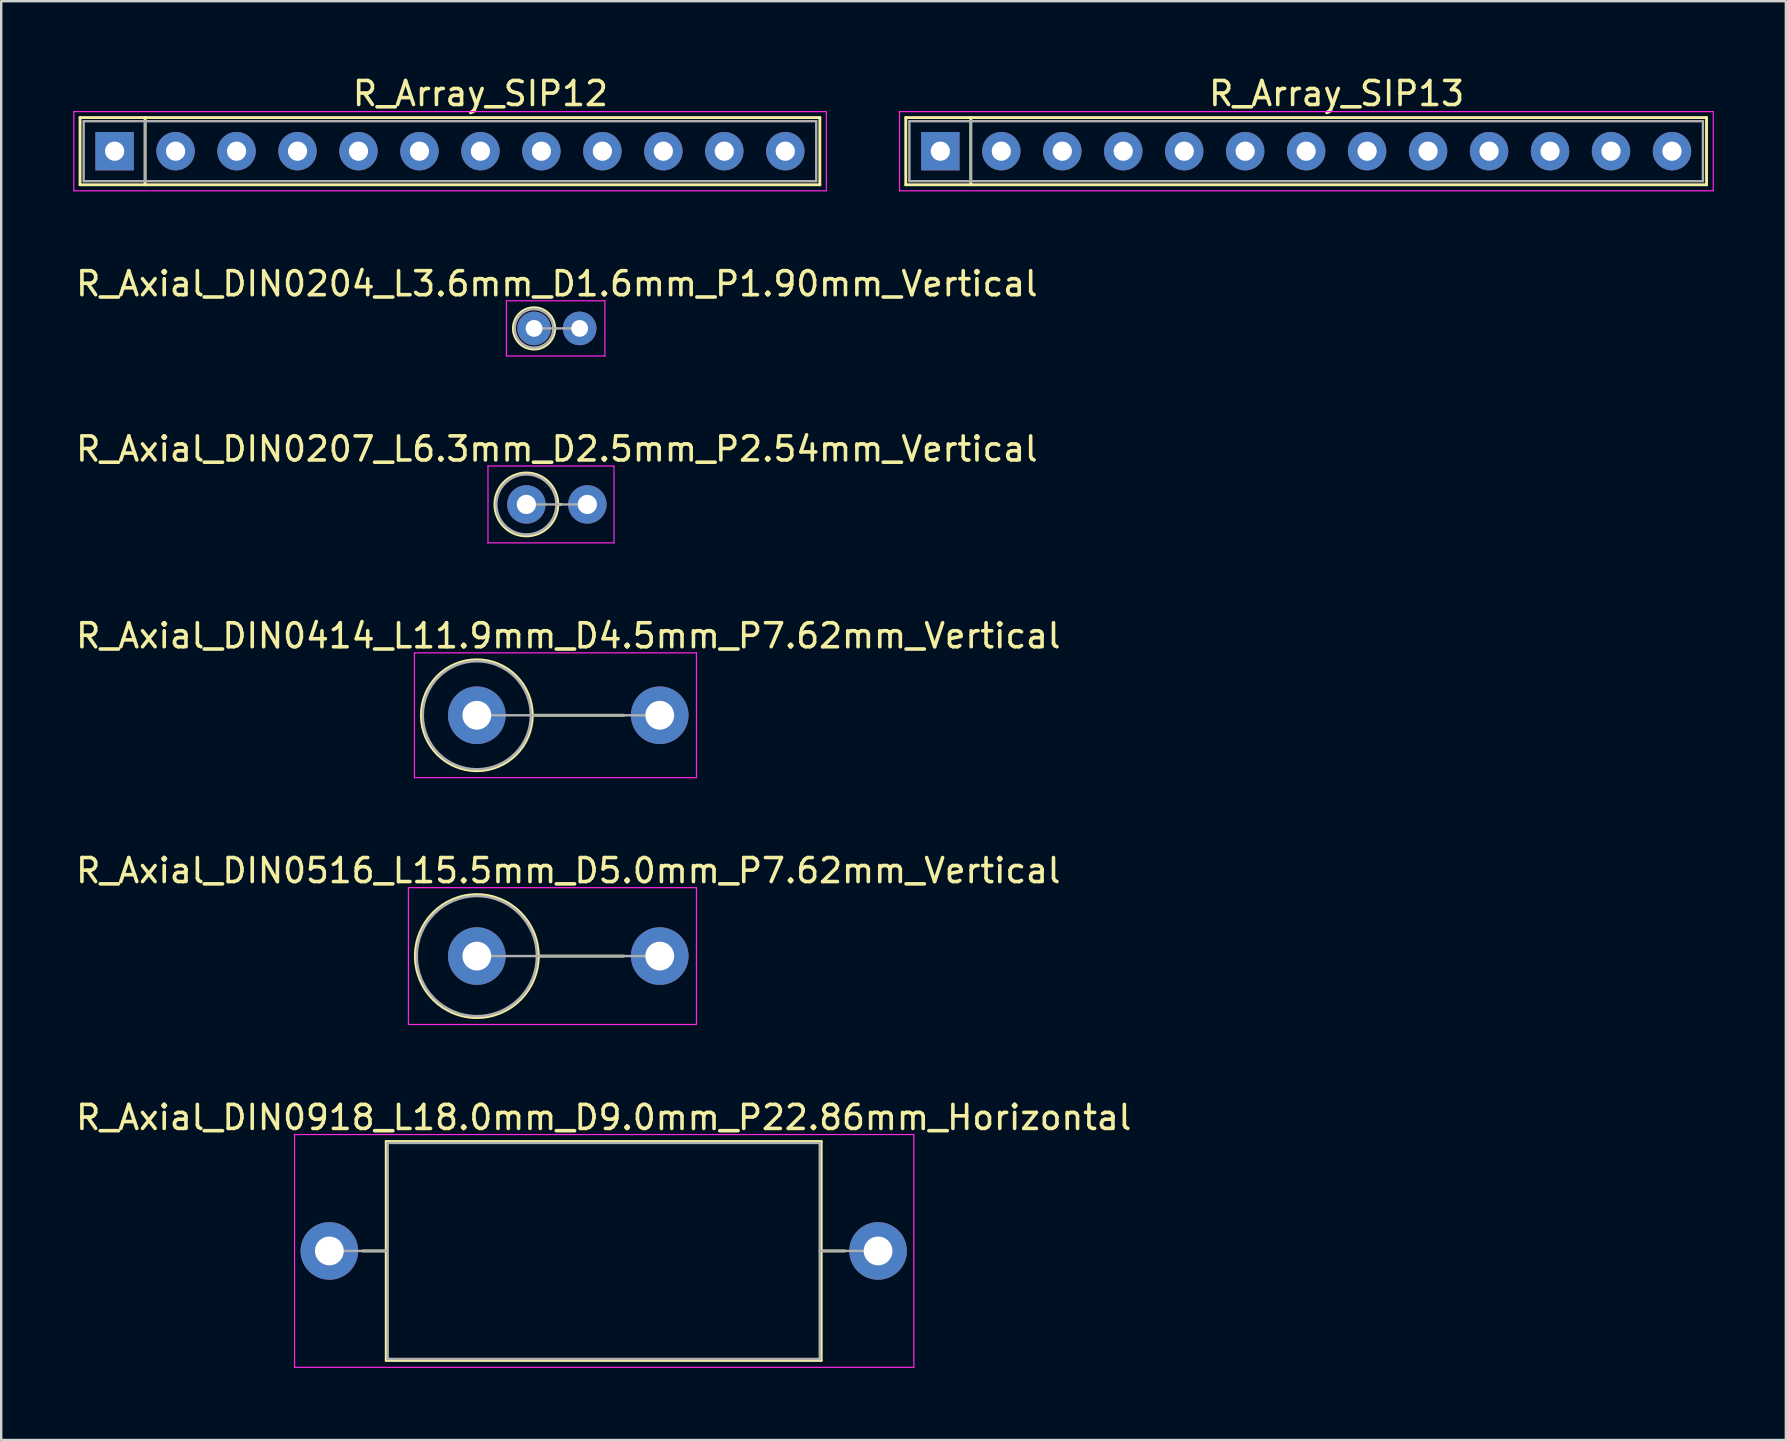
<source format=kicad_pcb>
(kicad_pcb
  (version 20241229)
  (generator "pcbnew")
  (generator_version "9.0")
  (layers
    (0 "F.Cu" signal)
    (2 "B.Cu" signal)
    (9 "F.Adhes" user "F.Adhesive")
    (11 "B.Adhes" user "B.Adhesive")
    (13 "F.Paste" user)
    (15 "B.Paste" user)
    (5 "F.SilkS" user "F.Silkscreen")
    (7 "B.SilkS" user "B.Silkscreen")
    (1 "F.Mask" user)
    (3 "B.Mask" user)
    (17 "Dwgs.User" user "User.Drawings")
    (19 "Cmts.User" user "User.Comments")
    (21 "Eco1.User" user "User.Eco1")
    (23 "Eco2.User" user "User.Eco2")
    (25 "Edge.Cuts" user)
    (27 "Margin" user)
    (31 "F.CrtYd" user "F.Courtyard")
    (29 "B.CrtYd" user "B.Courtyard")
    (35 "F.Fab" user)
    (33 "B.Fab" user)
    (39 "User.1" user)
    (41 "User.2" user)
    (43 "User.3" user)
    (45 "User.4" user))
  (footprint "R_Array_SIP12"
    (layer "F.Cu")
    (at 1.725 3.248)
    (property "Reference" "R_Array_SIP12" (at 15.24 -2.4 0) (layer "F.SilkS") (effects (font (size 1 1) (thickness 0.15))))
    (attr through_hole)
    (fp_line (start -1.44 -1.4) (end -1.44 1.4) (stroke (width 0.12) (type solid)) (layer "F.SilkS"))
    (fp_line (start -1.44 1.4) (end 29.38 1.4) (stroke (width 0.12) (type solid)) (layer "F.SilkS"))
    (fp_line (start 1.27 -1.4) (end 1.27 1.4) (stroke (width 0.12) (type solid)) (layer "F.SilkS"))
    (fp_line (start 29.38 -1.4) (end -1.44 -1.4) (stroke (width 0.12) (type solid)) (layer "F.SilkS"))
    (fp_line (start 29.38 1.4) (end 29.38 -1.4) (stroke (width 0.12) (type solid)) (layer "F.SilkS"))
    (fp_line (start -1.7 -1.65) (end -1.7 1.65) (stroke (width 0.05) (type solid)) (layer "F.CrtYd"))
    (fp_line (start -1.7 1.65) (end 29.65 1.65) (stroke (width 0.05) (type solid)) (layer "F.CrtYd"))
    (fp_line (start 29.65 -1.65) (end -1.7 -1.65) (stroke (width 0.05) (type solid)) (layer "F.CrtYd"))
    (fp_line (start 29.65 1.65) (end 29.65 -1.65) (stroke (width 0.05) (type solid)) (layer "F.CrtYd"))
    (fp_line (start -1.29 -1.25) (end -1.29 1.25) (stroke (width 0.1) (type solid)) (layer "F.Fab"))
    (fp_line (start -1.29 1.25) (end 29.23 1.25) (stroke (width 0.1) (type solid)) (layer "F.Fab"))
    (fp_line (start 1.27 -1.25) (end 1.27 1.25) (stroke (width 0.1) (type solid)) (layer "F.Fab"))
    (fp_line (start 29.23 -1.25) (end -1.29 -1.25) (stroke (width 0.1) (type solid)) (layer "F.Fab"))
    (fp_line (start 29.23 1.25) (end 29.23 -1.25) (stroke (width 0.1) (type solid)) (layer "F.Fab"))
    (pad "1" thru_hole rect (at 0 0) (size 1.6 1.6) (drill 0.8) (layers "*.Cu" "*.Mask"))
    (pad "2" thru_hole oval (at 2.54 0) (size 1.6 1.6) (drill 0.8) (layers "*.Cu" "*.Mask"))
    (pad "3" thru_hole oval (at 5.08 0) (size 1.6 1.6) (drill 0.8) (layers "*.Cu" "*.Mask"))
    (pad "4" thru_hole oval (at 7.62 0) (size 1.6 1.6) (drill 0.8) (layers "*.Cu" "*.Mask"))
    (pad "5" thru_hole oval (at 10.16 0) (size 1.6 1.6) (drill 0.8) (layers "*.Cu" "*.Mask"))
    (pad "6" thru_hole oval (at 12.7 0) (size 1.6 1.6) (drill 0.8) (layers "*.Cu" "*.Mask"))
    (pad "7" thru_hole oval (at 15.24 0) (size 1.6 1.6) (drill 0.8) (layers "*.Cu" "*.Mask"))
    (pad "8" thru_hole oval (at 17.78 0) (size 1.6 1.6) (drill 0.8) (layers "*.Cu" "*.Mask"))
    (pad "9" thru_hole oval (at 20.32 0) (size 1.6 1.6) (drill 0.8) (layers "*.Cu" "*.Mask"))
    (pad "10" thru_hole oval (at 22.86 0) (size 1.6 1.6) (drill 0.8) (layers "*.Cu" "*.Mask"))
    (pad "11" thru_hole oval (at 25.4 0) (size 1.6 1.6) (drill 0.8) (layers "*.Cu" "*.Mask"))
    (pad "12" thru_hole oval (at 27.94 0) (size 1.6 1.6) (drill 0.8) (layers "*.Cu" "*.Mask")))
  (footprint "R_Axial_DIN0918_L18.0mm_D9.0mm_P22.86mm_Horizontal"
    (layer "F.Cu")
    (at 10.671 49.065)
    (property "Reference" "R_Axial_DIN0918_L18.0mm_D9.0mm_P22.86mm_Horizontal" (at 11.43 -5.56 0) (layer "F.SilkS") (effects (font (size 1 1) (thickness 0.15))))
    (attr through_hole)
    (fp_line (start 1.38 0) (end 2.37 0) (stroke (width 0.12) (type solid)) (layer "F.SilkS"))
    (fp_line (start 2.37 -4.56) (end 2.37 4.56) (stroke (width 0.12) (type solid)) (layer "F.SilkS"))
    (fp_line (start 2.37 4.56) (end 20.49 4.56) (stroke (width 0.12) (type solid)) (layer "F.SilkS"))
    (fp_line (start 20.49 -4.56) (end 2.37 -4.56) (stroke (width 0.12) (type solid)) (layer "F.SilkS"))
    (fp_line (start 20.49 4.56) (end 20.49 -4.56) (stroke (width 0.12) (type solid)) (layer "F.SilkS"))
    (fp_line (start 21.48 0) (end 20.49 0) (stroke (width 0.12) (type solid)) (layer "F.SilkS"))
    (fp_line (start -1.45 -4.85) (end -1.45 4.85) (stroke (width 0.05) (type solid)) (layer "F.CrtYd"))
    (fp_line (start -1.45 4.85) (end 24.35 4.85) (stroke (width 0.05) (type solid)) (layer "F.CrtYd"))
    (fp_line (start 24.35 -4.85) (end -1.45 -4.85) (stroke (width 0.05) (type solid)) (layer "F.CrtYd"))
    (fp_line (start 24.35 4.85) (end 24.35 -4.85) (stroke (width 0.05) (type solid)) (layer "F.CrtYd"))
    (fp_line (start 0 0) (end 2.43 0) (stroke (width 0.1) (type solid)) (layer "F.Fab"))
    (fp_line (start 2.43 -4.5) (end 2.43 4.5) (stroke (width 0.1) (type solid)) (layer "F.Fab"))
    (fp_line (start 2.43 4.5) (end 20.43 4.5) (stroke (width 0.1) (type solid)) (layer "F.Fab"))
    (fp_line (start 20.43 -4.5) (end 2.43 -4.5) (stroke (width 0.1) (type solid)) (layer "F.Fab"))
    (fp_line (start 20.43 4.5) (end 20.43 -4.5) (stroke (width 0.1) (type solid)) (layer "F.Fab"))
    (fp_line (start 22.86 0) (end 20.43 0) (stroke (width 0.1) (type solid)) (layer "F.Fab"))
    (pad "1" thru_hole circle (at 0 0) (size 2.4 2.4) (drill 1.2) (layers "*.Cu" "*.Mask"))
    (pad "2" thru_hole oval (at 22.86 0) (size 2.4 2.4) (drill 1.2) (layers "*.Cu" "*.Mask")))
  (footprint "R_Axial_DIN0516_L15.5mm_D5.0mm_P7.62mm_Vertical"
    (layer "F.Cu")
    (at 16.815 36.781)
    (property "Reference" "R_Axial_DIN0516_L15.5mm_D5.0mm_P7.62mm_Vertical" (at 3.81 -3.56 0) (layer "F.SilkS") (effects (font (size 1 1) (thickness 0.15))))
    (attr through_hole)
    (fp_line (start 2.56 0) (end 6.12 0) (stroke (width 0.12) (type solid)) (layer "F.SilkS"))
    (fp_circle (center 0 0) (end 2.56 0) (stroke (width 0.12) (type solid)) (fill no) (layer "F.SilkS"))
    (fp_line (start -2.85 -2.85) (end -2.85 2.85) (stroke (width 0.05) (type solid)) (layer "F.CrtYd"))
    (fp_line (start -2.85 2.85) (end 9.15 2.85) (stroke (width 0.05) (type solid)) (layer "F.CrtYd"))
    (fp_line (start 9.15 -2.85) (end -2.85 -2.85) (stroke (width 0.05) (type solid)) (layer "F.CrtYd"))
    (fp_line (start 9.15 2.85) (end 9.15 -2.85) (stroke (width 0.05) (type solid)) (layer "F.CrtYd"))
    (fp_line (start 0 0) (end 7.62 0) (stroke (width 0.1) (type solid)) (layer "F.Fab"))
    (fp_circle (center 0 0) (end 2.5 0) (stroke (width 0.1) (type solid)) (fill no) (layer "F.Fab"))
    (pad "1" thru_hole circle (at 0 0) (size 2.4 2.4) (drill 1.2) (layers "*.Cu" "*.Mask"))
    (pad "2" thru_hole oval (at 7.62 0) (size 2.4 2.4) (drill 1.2) (layers "*.Cu" "*.Mask")))
  (footprint "R_Array_SIP13"
    (layer "F.Cu")
    (at 36.125 3.248)
    (property "Reference" "R_Array_SIP13" (at 16.51 -2.4 0) (layer "F.SilkS") (effects (font (size 1 1) (thickness 0.15))))
    (attr through_hole)
    (fp_line (start -1.44 -1.4) (end -1.44 1.4) (stroke (width 0.12) (type solid)) (layer "F.SilkS"))
    (fp_line (start -1.44 1.4) (end 31.92 1.4) (stroke (width 0.12) (type solid)) (layer "F.SilkS"))
    (fp_line (start 1.27 -1.4) (end 1.27 1.4) (stroke (width 0.12) (type solid)) (layer "F.SilkS"))
    (fp_line (start 31.92 -1.4) (end -1.44 -1.4) (stroke (width 0.12) (type solid)) (layer "F.SilkS"))
    (fp_line (start 31.92 1.4) (end 31.92 -1.4) (stroke (width 0.12) (type solid)) (layer "F.SilkS"))
    (fp_line (start -1.7 -1.65) (end -1.7 1.65) (stroke (width 0.05) (type solid)) (layer "F.CrtYd"))
    (fp_line (start -1.7 1.65) (end 32.2 1.65) (stroke (width 0.05) (type solid)) (layer "F.CrtYd"))
    (fp_line (start 32.2 -1.65) (end -1.7 -1.65) (stroke (width 0.05) (type solid)) (layer "F.CrtYd"))
    (fp_line (start 32.2 1.65) (end 32.2 -1.65) (stroke (width 0.05) (type solid)) (layer "F.CrtYd"))
    (fp_line (start -1.29 -1.25) (end -1.29 1.25) (stroke (width 0.1) (type solid)) (layer "F.Fab"))
    (fp_line (start -1.29 1.25) (end 31.77 1.25) (stroke (width 0.1) (type solid)) (layer "F.Fab"))
    (fp_line (start 1.27 -1.25) (end 1.27 1.25) (stroke (width 0.1) (type solid)) (layer "F.Fab"))
    (fp_line (start 31.77 -1.25) (end -1.29 -1.25) (stroke (width 0.1) (type solid)) (layer "F.Fab"))
    (fp_line (start 31.77 1.25) (end 31.77 -1.25) (stroke (width 0.1) (type solid)) (layer "F.Fab"))
    (pad "1" thru_hole rect (at 0 0) (size 1.6 1.6) (drill 0.8) (layers "*.Cu" "*.Mask"))
    (pad "2" thru_hole oval (at 2.54 0) (size 1.6 1.6) (drill 0.8) (layers "*.Cu" "*.Mask"))
    (pad "3" thru_hole oval (at 5.08 0) (size 1.6 1.6) (drill 0.8) (layers "*.Cu" "*.Mask"))
    (pad "4" thru_hole oval (at 7.62 0) (size 1.6 1.6) (drill 0.8) (layers "*.Cu" "*.Mask"))
    (pad "5" thru_hole oval (at 10.16 0) (size 1.6 1.6) (drill 0.8) (layers "*.Cu" "*.Mask"))
    (pad "6" thru_hole oval (at 12.7 0) (size 1.6 1.6) (drill 0.8) (layers "*.Cu" "*.Mask"))
    (pad "7" thru_hole oval (at 15.24 0) (size 1.6 1.6) (drill 0.8) (layers "*.Cu" "*.Mask"))
    (pad "8" thru_hole oval (at 17.78 0) (size 1.6 1.6) (drill 0.8) (layers "*.Cu" "*.Mask"))
    (pad "9" thru_hole oval (at 20.32 0) (size 1.6 1.6) (drill 0.8) (layers "*.Cu" "*.Mask"))
    (pad "10" thru_hole oval (at 22.86 0) (size 1.6 1.6) (drill 0.8) (layers "*.Cu" "*.Mask"))
    (pad "11" thru_hole oval (at 25.4 0) (size 1.6 1.6) (drill 0.8) (layers "*.Cu" "*.Mask"))
    (pad "12" thru_hole oval (at 27.94 0) (size 1.6 1.6) (drill 0.8) (layers "*.Cu" "*.Mask"))
    (pad "13" thru_hole oval (at 30.48 0) (size 1.6 1.6) (drill 0.8) (layers "*.Cu" "*.Mask")))
  (footprint "R_Axial_DIN0204_L3.6mm_D1.6mm_P1.90mm_Vertical"
    (layer "F.Cu")
    (at 19.199 10.632)
    (property "Reference" "R_Axial_DIN0204_L3.6mm_D1.6mm_P1.90mm_Vertical" (at 0.95 -1.86 0) (layer "F.SilkS") (effects (font (size 1 1) (thickness 0.15))))
    (attr through_hole)
    (fp_line (start 0.86 0) (end 0.9 0) (stroke (width 0.12) (type solid)) (layer "F.SilkS"))
    (fp_circle (center 0 0) (end 0.86 0) (stroke (width 0.12) (type solid)) (fill no) (layer "F.SilkS"))
    (fp_line (start -1.15 -1.15) (end -1.15 1.15) (stroke (width 0.05) (type solid)) (layer "F.CrtYd"))
    (fp_line (start -1.15 1.15) (end 2.95 1.15) (stroke (width 0.05) (type solid)) (layer "F.CrtYd"))
    (fp_line (start 2.95 -1.15) (end -1.15 -1.15) (stroke (width 0.05) (type solid)) (layer "F.CrtYd"))
    (fp_line (start 2.95 1.15) (end 2.95 -1.15) (stroke (width 0.05) (type solid)) (layer "F.CrtYd"))
    (fp_line (start 0 0) (end 1.9 0) (stroke (width 0.1) (type solid)) (layer "F.Fab"))
    (fp_circle (center 0 0) (end 0.8 0) (stroke (width 0.1) (type solid)) (fill no) (layer "F.Fab"))
    (pad "1" thru_hole circle (at 0 0) (size 1.4 1.4) (drill 0.7) (layers "*.Cu" "*.Mask"))
    (pad "2" thru_hole oval (at 1.9 0) (size 1.4 1.4) (drill 0.7) (layers "*.Cu" "*.Mask")))
  (footprint "R_Axial_DIN0414_L11.9mm_D4.5mm_P7.62mm_Vertical"
    (layer "F.Cu")
    (at 16.815 26.748)
    (property "Reference" "R_Axial_DIN0414_L11.9mm_D4.5mm_P7.62mm_Vertical" (at 3.81 -3.31 0) (layer "F.SilkS") (effects (font (size 1 1) (thickness 0.15))))
    (attr through_hole)
    (fp_line (start 2.31 0) (end 6.12 0) (stroke (width 0.12) (type solid)) (layer "F.SilkS"))
    (fp_circle (center 0 0) (end 2.31 0) (stroke (width 0.12) (type solid)) (fill no) (layer "F.SilkS"))
    (fp_line (start -2.6 -2.6) (end -2.6 2.6) (stroke (width 0.05) (type solid)) (layer "F.CrtYd"))
    (fp_line (start -2.6 2.6) (end 9.15 2.6) (stroke (width 0.05) (type solid)) (layer "F.CrtYd"))
    (fp_line (start 9.15 -2.6) (end -2.6 -2.6) (stroke (width 0.05) (type solid)) (layer "F.CrtYd"))
    (fp_line (start 9.15 2.6) (end 9.15 -2.6) (stroke (width 0.05) (type solid)) (layer "F.CrtYd"))
    (fp_line (start 0 0) (end 7.62 0) (stroke (width 0.1) (type solid)) (layer "F.Fab"))
    (fp_circle (center 0 0) (end 2.25 0) (stroke (width 0.1) (type solid)) (fill no) (layer "F.Fab"))
    (pad "1" thru_hole circle (at 0 0) (size 2.4 2.4) (drill 1.2) (layers "*.Cu" "*.Mask"))
    (pad "2" thru_hole oval (at 7.62 0) (size 2.4 2.4) (drill 1.2) (layers "*.Cu" "*.Mask")))
  (footprint "R_Axial_DIN0207_L6.3mm_D2.5mm_P2.54mm_Vertical"
    (layer "F.Cu")
    (at 18.879 17.965)
    (property "Reference" "R_Axial_DIN0207_L6.3mm_D2.5mm_P2.54mm_Vertical" (at 1.27 -2.31 0) (layer "F.SilkS") (effects (font (size 1 1) (thickness 0.15))))
    (attr through_hole)
    (fp_line (start 1.31 0) (end 1.44 0) (stroke (width 0.12) (type solid)) (layer "F.SilkS"))
    (fp_circle (center 0 0) (end 1.31 0) (stroke (width 0.12) (type solid)) (fill no) (layer "F.SilkS"))
    (fp_line (start -1.6 -1.6) (end -1.6 1.6) (stroke (width 0.05) (type solid)) (layer "F.CrtYd"))
    (fp_line (start -1.6 1.6) (end 3.65 1.6) (stroke (width 0.05) (type solid)) (layer "F.CrtYd"))
    (fp_line (start 3.65 -1.6) (end -1.6 -1.6) (stroke (width 0.05) (type solid)) (layer "F.CrtYd"))
    (fp_line (start 3.65 1.6) (end 3.65 -1.6) (stroke (width 0.05) (type solid)) (layer "F.CrtYd"))
    (fp_line (start 0 0) (end 2.54 0) (stroke (width 0.1) (type solid)) (layer "F.Fab"))
    (fp_circle (center 0 0) (end 1.25 0) (stroke (width 0.1) (type solid)) (fill no) (layer "F.Fab"))
    (pad "1" thru_hole circle (at 0 0) (size 1.6 1.6) (drill 0.8) (layers "*.Cu" "*.Mask"))
    (pad "2" thru_hole oval (at 2.54 0) (size 1.6 1.6) (drill 0.8) (layers "*.Cu" "*.Mask")))
  (gr_rect
    (start -3 -3)
    (end 71.35 56.94)
    (stroke (width 0.1) (type default))
    (fill no)
    (layer "Edge.Cuts")))
</source>
